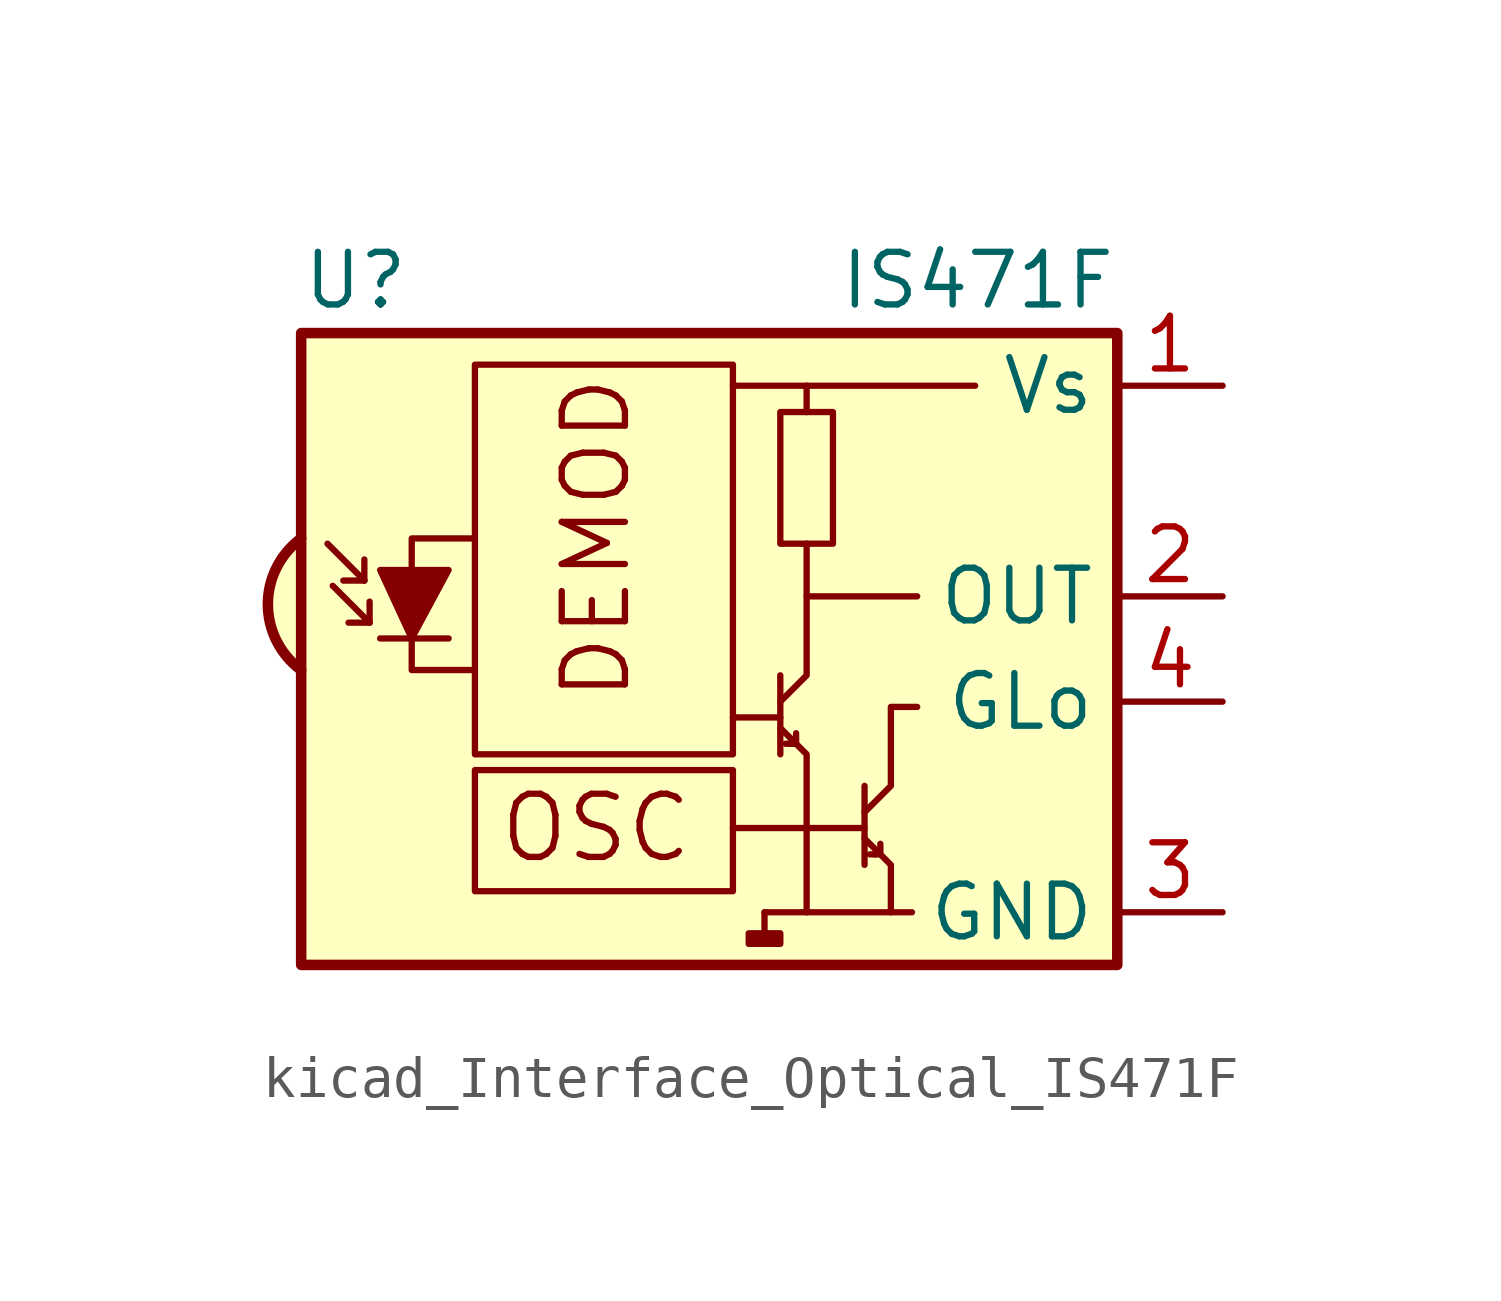
<source format=kicad_sym>
(kicad_symbol_lib
  (version 20220914)
  (generator kicad_symbol_editor)
  (symbol "kicad_Interface_Optical_IS471F"
    (property "Reference" "U"
      (at -12.065 7.62 0)
      (effects (font (size 1.27 1.27)) (justify left)))
    (property "Value" "IS471F"
      (at 7.62 7.62 0)
      (effects (font (size 1.27 1.27)) (justify right)))
    (symbol "kicad_Interface_Optical_IS471F_0_0"
      (arc (start -12.065 1.397) (mid -12.8679 -0.1852) (end -12.065 -1.778) (stroke (width 0.254) (type default)) (fill (type background)))
      (rectangle (start -7.874 -4.191) (end -1.651 -7.112) (stroke (width 0) (type default)) (fill (type none)))
      (rectangle (start -1.27 -8.128) (end -0.508 -8.382) (stroke (width 0) (type default)) (fill (type outline)))
      (polyline (pts (xy -0.889 -7.62) (xy -0.889 -8.128)) (stroke (width 0) (type default)) (fill (type none)))
      (polyline (pts (xy 0.127 5.08) (xy -1.651 5.08)) (stroke (width 0) (type default)) (fill (type none)))
      (polyline (pts (xy 2.667 -7.62) (xy -0.889 -7.62)) (stroke (width 0) (type default)) (fill (type none)))
      (polyline (pts (xy -0.508 -3.175) (xy 0.127 -3.81) (xy 0.127 -7.62)) (stroke (width 0) (type default)) (fill (type none)))
      (polyline (pts (xy 1.524 -5.842) (xy 2.159 -6.477) (xy 2.159 -7.62)) (stroke (width 0) (type default)) (fill (type none)))
      (text "DEMOD" (at -4.953 1.397 900) (effects (font (size 1.524 1.524))))
      (text "OSC" (at -4.953 -5.588 0) (effects (font (size 1.524 1.524)))))
    (symbol "kicad_Interface_Optical_IS471F_0_1"
      (rectangle (start -7.874 5.588) (end -1.651 -3.81) (stroke (width 0) (type default)) (fill (type none)))
      (polyline (pts (xy -10.541 0.381) (xy -11.43 1.27)) (stroke (width 0) (type default)) (fill (type none)))
      (polyline (pts (xy -10.541 0.381) (xy -11.049 0.381)) (stroke (width 0) (type default)) (fill (type none)))
      (polyline (pts (xy -10.541 0.381) (xy -10.541 0.889)) (stroke (width 0) (type default)) (fill (type none)))
      (polyline (pts (xy -10.414 -0.635) (xy -11.303 0.254)) (stroke (width 0) (type default)) (fill (type none)))
      (polyline (pts (xy -10.414 -0.635) (xy -10.922 -0.635)) (stroke (width 0) (type default)) (fill (type none)))
      (polyline (pts (xy -10.414 -0.635) (xy -10.414 -0.127)) (stroke (width 0) (type default)) (fill (type none)))
      (polyline (pts (xy -10.16 -1.016) (xy -8.509 -1.016)) (stroke (width 0) (type default)) (fill (type none)))
      (polyline (pts (xy -0.508 -2.921) (xy -1.651 -2.921)) (stroke (width 0) (type default)) (fill (type none)))
      (polyline (pts (xy -0.508 -1.905) (xy -0.508 -3.81)) (stroke (width 0) (type default)) (fill (type none)))
      (polyline (pts (xy -0.381 -3.556) (xy -0.254 -3.556)) (stroke (width 0) (type default)) (fill (type none)))
      (polyline (pts (xy -0.127 -3.556) (xy -0.254 -3.556)) (stroke (width 0) (type default)) (fill (type none)))
      (polyline (pts (xy -0.127 -3.556) (xy -0.127 -3.302)) (stroke (width 0) (type default)) (fill (type none)))
      (polyline (pts (xy 0.127 0) (xy 0.127 1.27)) (stroke (width 0) (type default)) (fill (type none)))
      (polyline (pts (xy 1.524 -5.588) (xy -1.651 -5.588)) (stroke (width 0) (type default)) (fill (type none)))
      (polyline (pts (xy 1.524 -4.572) (xy 1.524 -6.477)) (stroke (width 0) (type default)) (fill (type none)))
      (polyline (pts (xy 1.651 -6.223) (xy 1.778 -6.223)) (stroke (width 0) (type default)) (fill (type none)))
      (polyline (pts (xy 1.905 -6.223) (xy 1.778 -6.223)) (stroke (width 0) (type default)) (fill (type none)))
      (polyline (pts (xy 1.905 -6.223) (xy 1.905 -5.969)) (stroke (width 0) (type default)) (fill (type none)))
      (polyline (pts (xy 0.127 4.445) (xy 0.127 5.08) (xy 4.191 5.08)) (stroke (width 0) (type default)) (fill (type none)))
      (polyline (pts (xy -10.16 0.635) (xy -8.509 0.635) (xy -9.398 -1.016) (xy -10.16 0.635)) (stroke (width 0) (type default)) (fill (type outline)))
      (polyline (pts (xy -7.874 1.397) (xy -9.398 1.397) (xy -9.398 -1.778) (xy -7.874 -1.778)) (stroke (width 0) (type default)) (fill (type none)))
      (polyline (pts (xy -0.508 -2.54) (xy 0.127 -1.905) (xy 0.127 0) (xy 2.794 0)) (stroke (width 0) (type default)) (fill (type none)))
      (polyline (pts (xy 1.524 -5.207) (xy 2.159 -4.572) (xy 2.159 -2.667) (xy 2.794 -2.667)) (stroke (width 0) (type default)) (fill (type none)))
      (rectangle (start 0.762 1.27) (end -0.508 4.445) (stroke (width 0) (type default)) (fill (type none)))
      (rectangle (start 7.62 6.35) (end -12.065 -8.89) (stroke (width 0.254) (type default)) (fill (type background))))
    (symbol "kicad_Interface_Optical_IS471F_1_1"
      (pin power_in line (at 10.16 5.08 180) (length 2.54) (name "Vs" (effects (font (size 1.27 1.27)))) (number "1" (effects (font (size 1.27 1.27)))))
      (pin output line (at 10.16 0 180) (length 2.54) (name "OUT" (effects (font (size 1.27 1.27)))) (number "2" (effects (font (size 1.27 1.27)))))
      (pin power_in line (at 10.16 -7.62 180) (length 2.54) (name "GND" (effects (font (size 1.27 1.27)))) (number "3" (effects (font (size 1.27 1.27)))))
      (pin open_collector line (at 10.16 -2.54 180) (length 2.54) (name "GLo" (effects (font (size 1.27 1.27)))) (number "4" (effects (font (size 1.27 1.27))))))))
</source>
